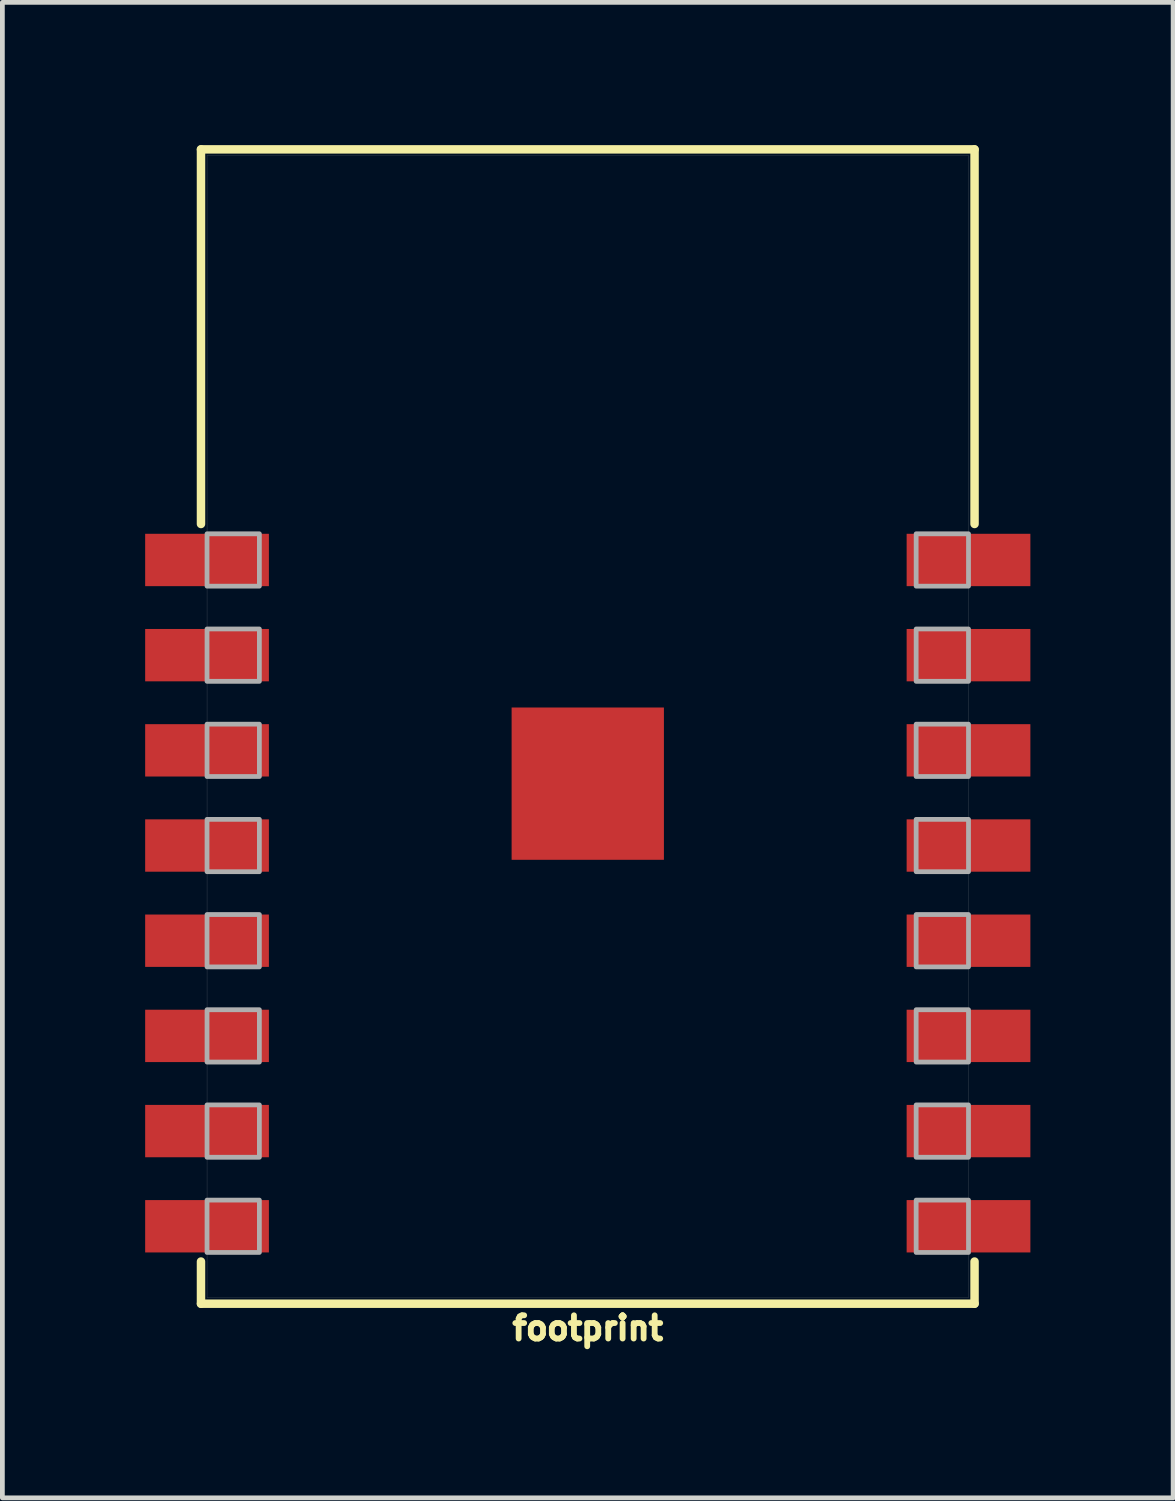
<source format=kicad_pcb>
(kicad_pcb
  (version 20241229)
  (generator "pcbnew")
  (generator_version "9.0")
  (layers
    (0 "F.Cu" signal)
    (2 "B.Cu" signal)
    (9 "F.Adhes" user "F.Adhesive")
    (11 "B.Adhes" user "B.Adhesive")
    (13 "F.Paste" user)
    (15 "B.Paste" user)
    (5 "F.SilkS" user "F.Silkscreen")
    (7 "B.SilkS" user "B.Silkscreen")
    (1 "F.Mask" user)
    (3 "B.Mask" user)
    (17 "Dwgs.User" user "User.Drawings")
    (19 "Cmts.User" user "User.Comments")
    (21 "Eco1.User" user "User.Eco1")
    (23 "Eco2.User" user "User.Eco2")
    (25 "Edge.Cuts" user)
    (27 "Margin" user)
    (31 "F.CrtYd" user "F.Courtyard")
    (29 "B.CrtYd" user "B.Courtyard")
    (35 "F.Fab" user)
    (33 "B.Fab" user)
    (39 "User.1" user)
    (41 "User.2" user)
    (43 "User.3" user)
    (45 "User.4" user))
  (footprint "footprint"
    (layer "F.Cu")
    (at 9.3 12.216)
    (property "Reference" "footprint" (at 0 12.354 0) (layer "F.SilkS") (effects (font (size 0.488 0.488) (thickness 0.122)) (justify top)))
    (fp_line (start -8.127 -12.127) (end 8.127 -12.127) (stroke (width 0.178) (type solid)) (layer "F.SilkS"))
    (fp_line (start -8.127 -4.256) (end -8.127 -12.127) (stroke (width 0.178) (type solid)) (layer "F.SilkS"))
    (fp_line (start -8.127 12.127) (end -8.127 11.241) (stroke (width 0.178) (type solid)) (layer "F.SilkS"))
    (fp_line (start 8.127 -12.127) (end 8.127 -4.256) (stroke (width 0.178) (type solid)) (layer "F.SilkS"))
    (fp_line (start 8.127 11.241) (end 8.127 12.127) (stroke (width 0.178) (type solid)) (layer "F.SilkS"))
    (fp_line (start 8.127 12.127) (end -8.127 12.127) (stroke (width 0.178) (type solid)) (layer "F.SilkS"))
    (fp_poly (pts (xy -1.016 2.159) (xy 0.984 2.159) (xy 0.984 0.159) (xy -1.016 0.159)) (stroke (width 0) (type solid)) (fill yes) (layer "F.Paste"))
    (fp_line (start -8 -12) (end 8 -12) (stroke (width 0.003) (type solid)) (layer "F.Fab"))
    (fp_line (start -8 12) (end -8 -12) (stroke (width 0.003) (type solid)) (layer "F.Fab"))
    (fp_line (start 8 -12) (end 8 12) (stroke (width 0.003) (type solid)) (layer "F.Fab"))
    (fp_line (start 8 12) (end -8 12) (stroke (width 0.003) (type solid)) (layer "F.Fab"))
    (fp_poly (pts (xy -8 -2.95) (xy -6.9 -2.95) (xy -6.9 -4.05) (xy -8 -4.05)) (stroke (width 0.1) (type solid)) (fill no) (layer "F.Fab"))
    (fp_poly (pts (xy -8 -0.95) (xy -6.9 -0.95) (xy -6.9 -2.05) (xy -8 -2.05)) (stroke (width 0.1) (type solid)) (fill no) (layer "F.Fab"))
    (fp_poly (pts (xy -8 1.05) (xy -6.9 1.05) (xy -6.9 -0.05) (xy -8 -0.05)) (stroke (width 0.1) (type solid)) (fill no) (layer "F.Fab"))
    (fp_poly (pts (xy -8 3.05) (xy -6.9 3.05) (xy -6.9 1.95) (xy -8 1.95)) (stroke (width 0.1) (type solid)) (fill no) (layer "F.Fab"))
    (fp_poly (pts (xy -8 5.05) (xy -6.9 5.05) (xy -6.9 3.95) (xy -8 3.95)) (stroke (width 0.1) (type solid)) (fill no) (layer "F.Fab"))
    (fp_poly (pts (xy -8 7.05) (xy -6.9 7.05) (xy -6.9 5.95) (xy -8 5.95)) (stroke (width 0.1) (type solid)) (fill no) (layer "F.Fab"))
    (fp_poly (pts (xy -8 9.05) (xy -6.9 9.05) (xy -6.9 7.95) (xy -8 7.95)) (stroke (width 0.1) (type solid)) (fill no) (layer "F.Fab"))
    (fp_poly (pts (xy -8 11.05) (xy -6.9 11.05) (xy -6.9 9.95) (xy -8 9.95)) (stroke (width 0.1) (type solid)) (fill no) (layer "F.Fab"))
    (fp_poly (pts (xy 8 -4.05) (xy 6.9 -4.05) (xy 6.9 -2.95) (xy 8 -2.95)) (stroke (width 0.1) (type solid)) (fill no) (layer "F.Fab"))
    (fp_poly (pts (xy 8 -2.05) (xy 6.9 -2.05) (xy 6.9 -0.95) (xy 8 -0.95)) (stroke (width 0.1) (type solid)) (fill no) (layer "F.Fab"))
    (fp_poly (pts (xy 8 -0.05) (xy 6.9 -0.05) (xy 6.9 1.05) (xy 8 1.05)) (stroke (width 0.1) (type solid)) (fill no) (layer "F.Fab"))
    (fp_poly (pts (xy 8 1.95) (xy 6.9 1.95) (xy 6.9 3.05) (xy 8 3.05)) (stroke (width 0.1) (type solid)) (fill no) (layer "F.Fab"))
    (fp_poly (pts (xy 8 3.95) (xy 6.9 3.95) (xy 6.9 5.05) (xy 8 5.05)) (stroke (width 0.1) (type solid)) (fill no) (layer "F.Fab"))
    (fp_poly (pts (xy 8 5.95) (xy 6.9 5.95) (xy 6.9 7.05) (xy 8 7.05)) (stroke (width 0.1) (type solid)) (fill no) (layer "F.Fab"))
    (fp_poly (pts (xy 8 7.95) (xy 6.9 7.95) (xy 6.9 9.05) (xy 8 9.05)) (stroke (width 0.1) (type solid)) (fill no) (layer "F.Fab"))
    (fp_poly (pts (xy 8 9.95) (xy 6.9 9.95) (xy 6.9 11.05) (xy 8 11.05)) (stroke (width 0.1) (type solid)) (fill no) (layer "F.Fab"))
    (pad "1" smd rect (at -8 -3.5) (size 2.6 1.1) (layers "F.Cu" "F.Mask" "F.Paste"))
    (pad "2" smd rect (at -8 -1.5) (size 2.6 1.1) (layers "F.Cu" "F.Mask" "F.Paste"))
    (pad "3" smd rect (at -8 0.5) (size 2.6 1.1) (layers "F.Cu" "F.Mask" "F.Paste"))
    (pad "4" smd rect (at -8 2.5) (size 2.6 1.1) (layers "F.Cu" "F.Mask" "F.Paste"))
    (pad "5" smd rect (at -8 4.5) (size 2.6 1.1) (layers "F.Cu" "F.Mask" "F.Paste"))
    (pad "6" smd rect (at -8 6.5) (size 2.6 1.1) (layers "F.Cu" "F.Mask" "F.Paste"))
    (pad "7" smd rect (at -8 8.5) (size 2.6 1.1) (layers "F.Cu" "F.Mask" "F.Paste"))
    (pad "8" smd rect (at -8 10.5) (size 2.6 1.1) (layers "F.Cu" "F.Mask" "F.Paste"))
    (pad "9" smd rect (at 8 10.5 180) (size 2.6 1.1) (layers "F.Cu" "F.Mask" "F.Paste"))
    (pad "10" smd rect (at 8 8.5 180) (size 2.6 1.1) (layers "F.Cu" "F.Mask" "F.Paste"))
    (pad "11" smd rect (at 8 6.5 180) (size 2.6 1.1) (layers "F.Cu" "F.Mask" "F.Paste"))
    (pad "12" smd rect (at 8 4.5 180) (size 2.6 1.1) (layers "F.Cu" "F.Mask" "F.Paste"))
    (pad "13" smd rect (at 8 2.5 180) (size 2.6 1.1) (layers "F.Cu" "F.Mask" "F.Paste"))
    (pad "14" smd rect (at 8 0.5 180) (size 2.6 1.1) (layers "F.Cu" "F.Mask" "F.Paste"))
    (pad "15" smd rect (at 8 -1.5 180) (size 2.6 1.1) (layers "F.Cu" "F.Mask" "F.Paste"))
    (pad "16" smd rect (at 8 -3.5 180) (size 2.6 1.1) (layers "F.Cu" "F.Mask" "F.Paste"))
    (pad "P$1" smd rect (at 0 1.2) (size 3.2 3.2) (layers "F.Cu" "F.Mask"))
    (zone (net_name "") (layer "F.Cu") (hatch edge 0.508) (connect_pads) (min_thickness 0.254) (filled_areas_thickness no) (keepout (tracks not_allowed) (vias not_allowed) (pads not_allowed) (copperpour not_allowed) (footprints allowed)) (placement (enabled no)) (fill) (polygon (pts (xy 1.3 7.216) (xy 17.3 7.216) (xy 17.3 0.216) (xy 1.3 0.216))))
    (zone (net_name "") (layer "B.Cu") (hatch edge 0.508) (connect_pads) (min_thickness 0.254) (filled_areas_thickness no) (keepout (tracks not_allowed) (vias not_allowed) (pads not_allowed) (copperpour not_allowed) (footprints allowed)) (placement (enabled no)) (fill) (polygon (pts (xy 17.3 7.216) (xy 1.3 7.216) (xy 1.3 0.216) (xy 17.3 0.216)))))
  (gr_rect
    (start -3 -3)
    (end 21.6 28.423)
    (stroke (width 0.1) (type default))
    (fill no)
    (layer "Edge.Cuts")))
</source>
